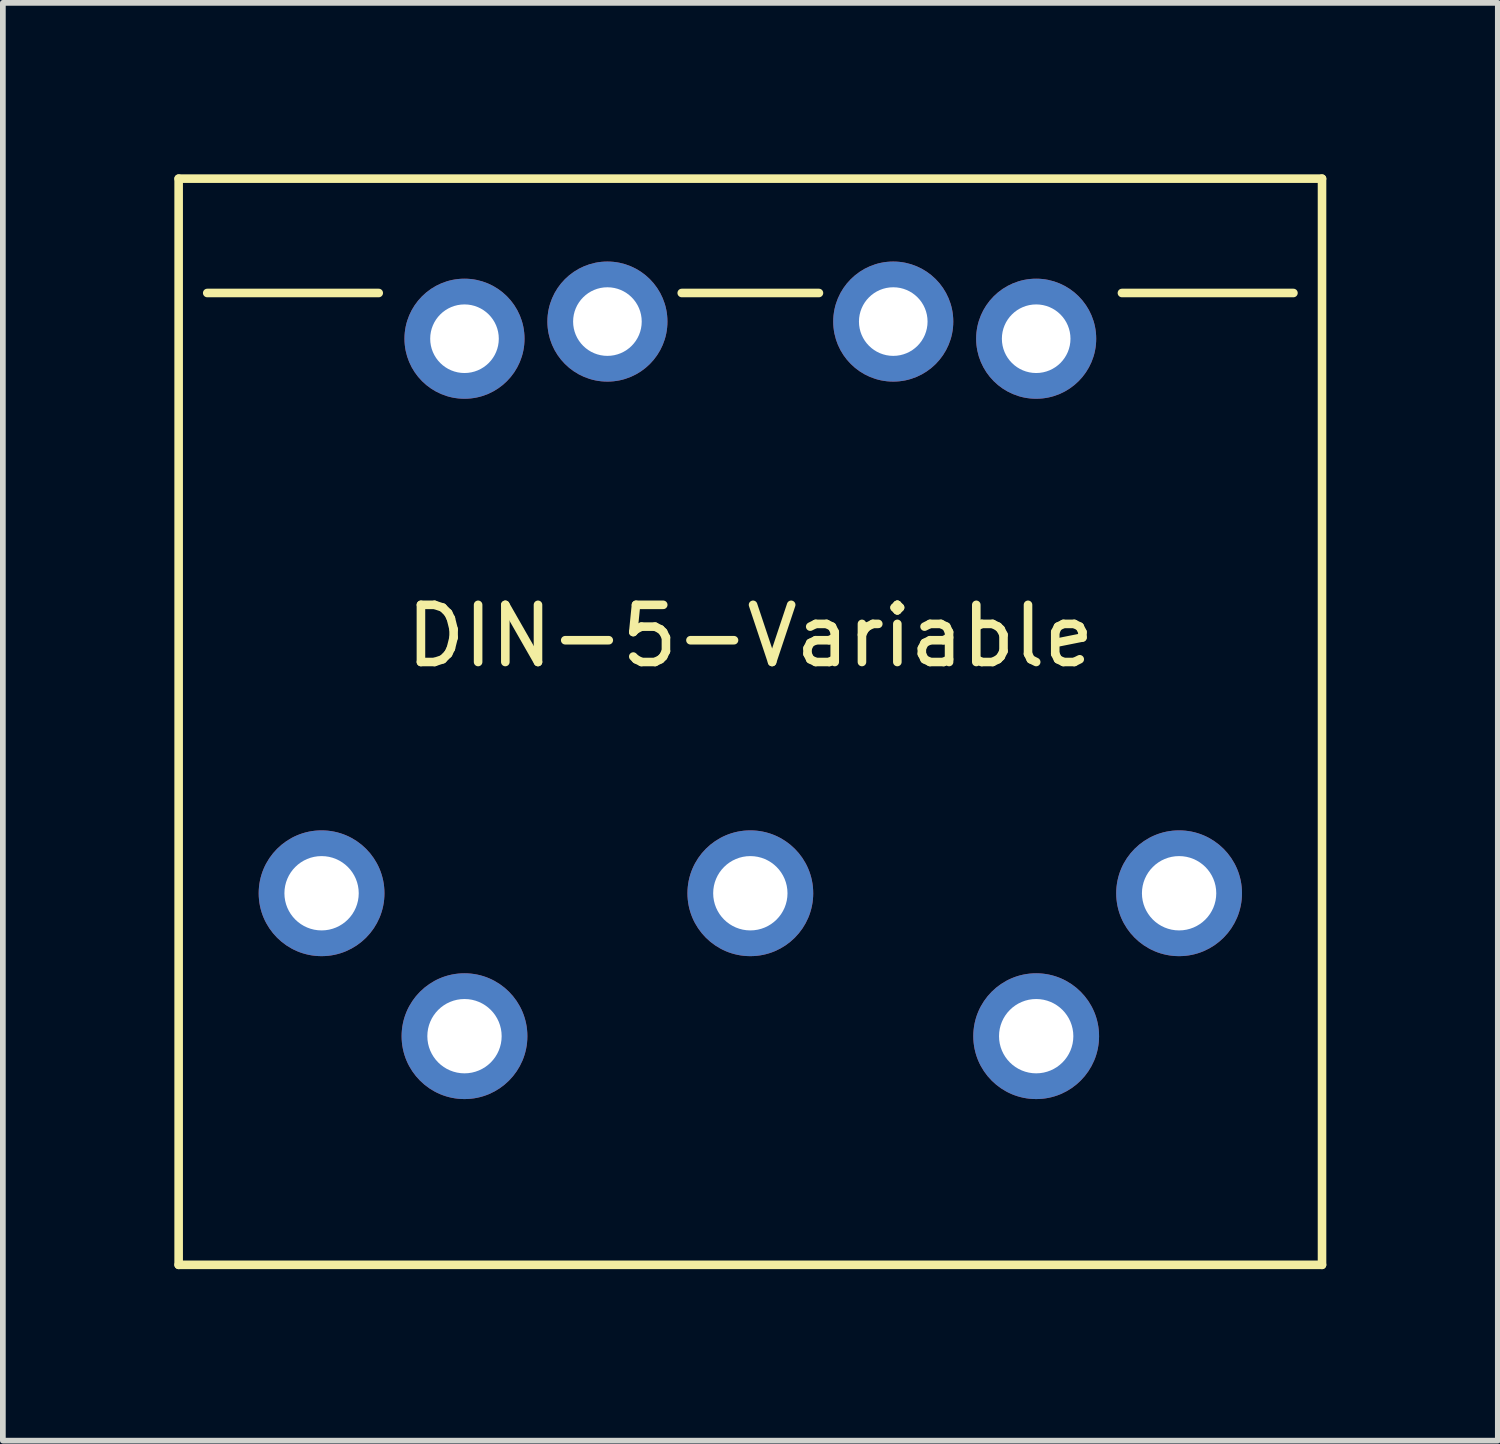
<source format=kicad_pcb>
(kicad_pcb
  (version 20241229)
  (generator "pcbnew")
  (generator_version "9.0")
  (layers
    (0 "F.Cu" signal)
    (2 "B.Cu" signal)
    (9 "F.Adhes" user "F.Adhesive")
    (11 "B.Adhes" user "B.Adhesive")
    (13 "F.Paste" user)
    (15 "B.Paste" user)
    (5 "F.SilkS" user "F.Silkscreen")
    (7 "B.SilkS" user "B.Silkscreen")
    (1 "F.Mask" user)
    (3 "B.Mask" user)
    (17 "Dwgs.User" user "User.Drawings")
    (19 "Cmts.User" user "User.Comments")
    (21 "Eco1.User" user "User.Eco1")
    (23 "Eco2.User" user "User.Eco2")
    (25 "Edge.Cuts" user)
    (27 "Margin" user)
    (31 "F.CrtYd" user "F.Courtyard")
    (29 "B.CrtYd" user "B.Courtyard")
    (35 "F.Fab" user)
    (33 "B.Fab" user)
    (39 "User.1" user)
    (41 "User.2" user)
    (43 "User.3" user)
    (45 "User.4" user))
  (footprint "DIN-5-Variable"
    (layer "F.Cu")
    (at 10.075 12.575)
    (property "Reference" "DIN-5-Variable" (at 0 -4.5 180) (layer "F.SilkS") (effects (font (size 1 1) (thickness 0.15))))
    (attr through_hole)
    (fp_line (start -10 -12.5) (end -10 6.5) (stroke (width 0.15) (type solid)) (layer "F.SilkS"))
    (fp_line (start -10 6.5) (end 10 6.5) (stroke (width 0.15) (type solid)) (layer "F.SilkS"))
    (fp_line (start -9.5 -10.5) (end -6.5 -10.5) (stroke (width 0.15) (type solid)) (layer "F.SilkS"))
    (fp_line (start -1.2 -10.5) (end 1.2 -10.5) (stroke (width 0.15) (type solid)) (layer "F.SilkS"))
    (fp_line (start 6.5 -10.5) (end 9.5 -10.5) (stroke (width 0.15) (type solid)) (layer "F.SilkS"))
    (fp_line (start 10 -12.5) (end -10 -12.5) (stroke (width 0.15) (type solid)) (layer "F.SilkS"))
    (fp_line (start 10 6.5) (end 10 -12.5) (stroke (width 0.15) (type solid)) (layer "F.SilkS"))
    (pad "" thru_hole circle (at -5 -9.7) (size 2.1 2.1) (drill 1.2) (layers "*.Cu" "*.Mask"))
    (pad "" thru_hole circle (at -2.5 -10) (size 2.1 2.1) (drill 1.2) (layers "*.Cu" "*.Mask"))
    (pad "" thru_hole circle (at 2.5 -10) (size 2.1 2.1) (drill 1.2) (layers "*.Cu" "*.Mask"))
    (pad "" thru_hole circle (at 5 -9.7) (size 2.1 2.1) (drill 1.2) (layers "*.Cu" "*.Mask"))
    (pad "1" thru_hole circle (at -7.5 0) (size 2.2 2.2) (drill 1.3) (layers "*.Cu" "*.Mask"))
    (pad "2" thru_hole circle (at 0 0) (size 2.2 2.2) (drill 1.3) (layers "*.Cu" "*.Mask"))
    (pad "3" thru_hole circle (at 7.5 0) (size 2.2 2.2) (drill 1.3) (layers "*.Cu" "*.Mask"))
    (pad "4" thru_hole circle (at -5 2.5) (size 2.2 2.2) (drill 1.3) (layers "*.Cu" "*.Mask"))
    (pad "5" thru_hole circle (at 5 2.5) (size 2.2 2.2) (drill 1.3) (layers "*.Cu" "*.Mask")))
  (gr_rect
    (start -3 -3)
    (end 23.15 22.15)
    (stroke (width 0.1) (type default))
    (fill no)
    (layer "Edge.Cuts")))
</source>
